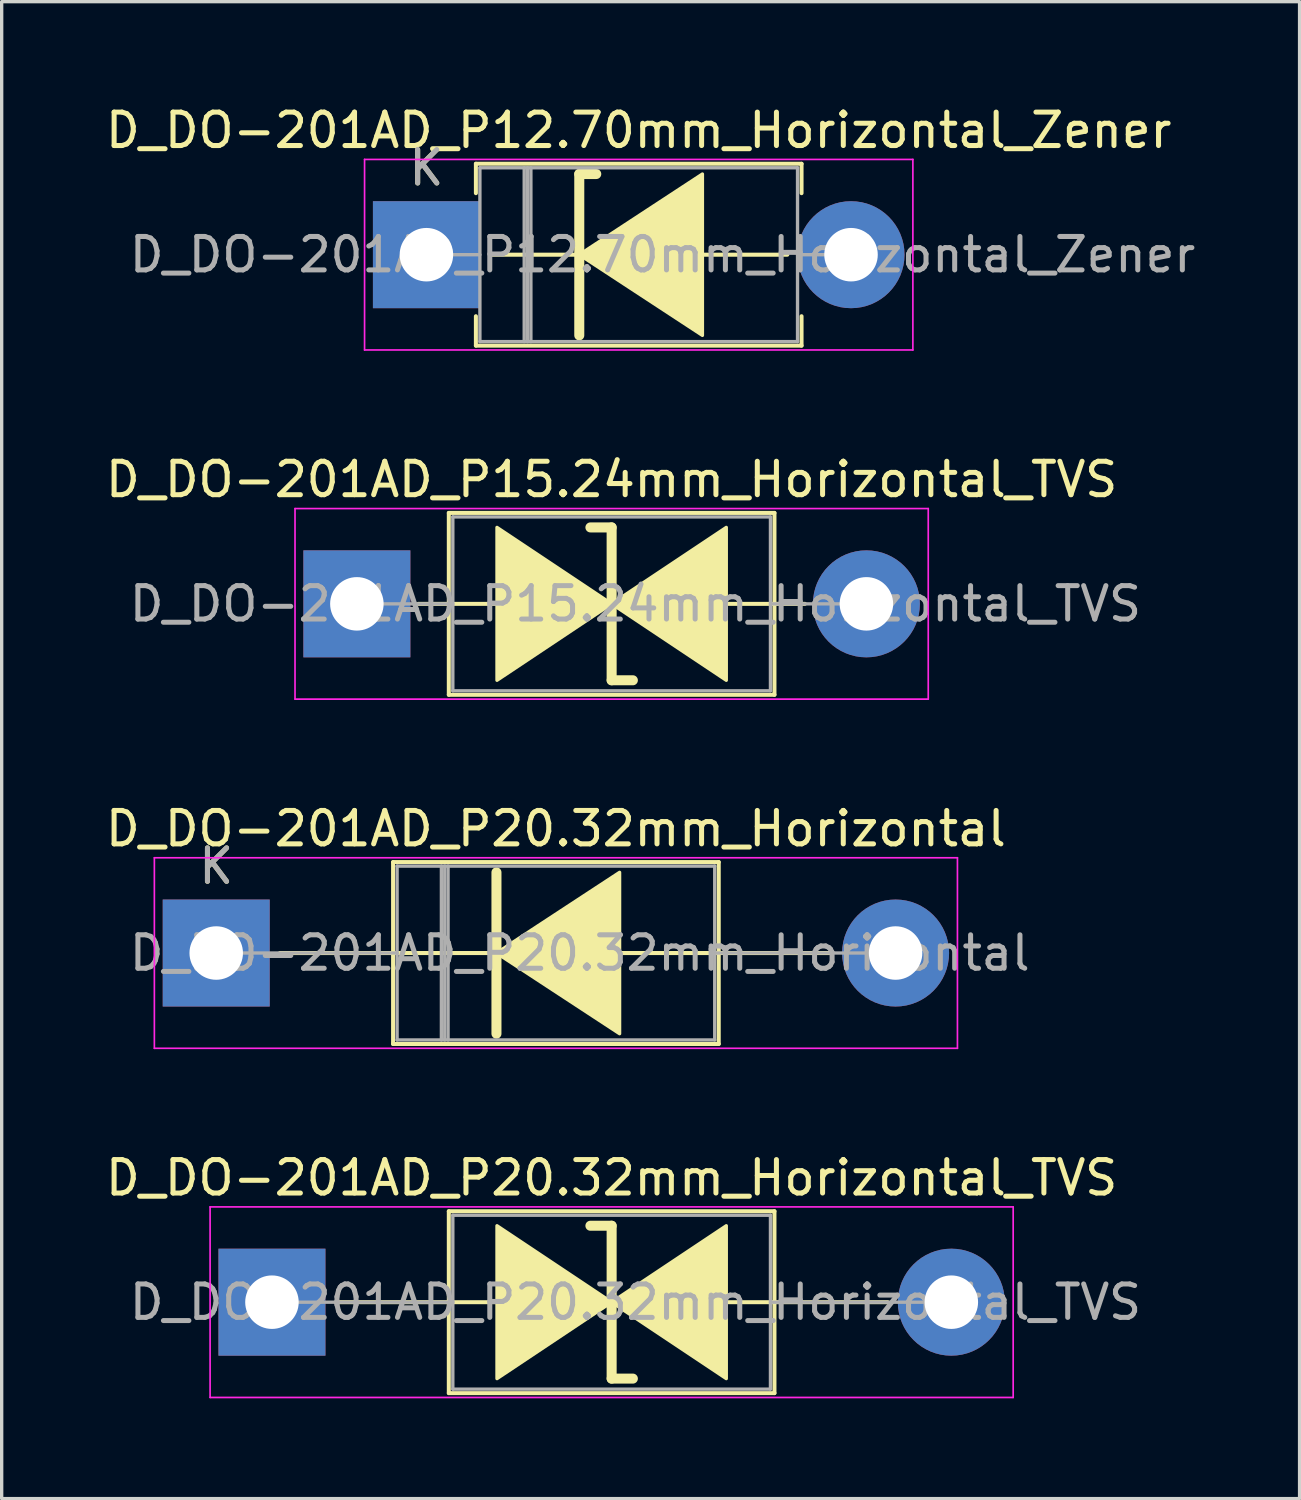
<source format=kicad_pcb>
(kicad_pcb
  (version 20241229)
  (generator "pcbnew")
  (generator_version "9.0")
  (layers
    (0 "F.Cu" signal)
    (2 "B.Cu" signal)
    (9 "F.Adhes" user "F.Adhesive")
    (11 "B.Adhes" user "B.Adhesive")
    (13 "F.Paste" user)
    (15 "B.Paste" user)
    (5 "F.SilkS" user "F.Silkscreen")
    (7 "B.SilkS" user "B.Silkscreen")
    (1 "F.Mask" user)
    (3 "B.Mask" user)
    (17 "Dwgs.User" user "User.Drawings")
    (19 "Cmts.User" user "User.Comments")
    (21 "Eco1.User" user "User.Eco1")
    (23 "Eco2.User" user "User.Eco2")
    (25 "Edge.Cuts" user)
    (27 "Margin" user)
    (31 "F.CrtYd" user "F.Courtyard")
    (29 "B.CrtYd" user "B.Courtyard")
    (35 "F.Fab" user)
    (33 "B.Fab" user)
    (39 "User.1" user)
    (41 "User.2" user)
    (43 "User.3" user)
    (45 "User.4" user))
  (footprint "D_DO-201AD_P15.24mm_Horizontal_TVS"
    (layer "F.Cu")
    (at 7.624 15.011)
    (property "Reference" "D_DO-201AD_P15.24mm_Horizontal_TVS" (at 7.62 -3.72 0) (layer "F.SilkS") (effects (font (size 1 1) (thickness 0.15))))
    (attr through_hole)
    (fp_line (start 1.84 0) (end 2.75 0) (stroke (width 0.12) (type solid)) (layer "F.SilkS"))
    (fp_line (start 2.75 -2.72) (end 2.75 2.72) (stroke (width 0.12) (type solid)) (layer "F.SilkS"))
    (fp_line (start 2.75 0) (end 4.191 0) (stroke (width 0.12) (type solid)) (layer "F.SilkS"))
    (fp_line (start 2.75 2.72) (end 12.49 2.72) (stroke (width 0.12) (type solid)) (layer "F.SilkS"))
    (fp_line (start 7.62 -2.286) (end 6.985 -2.286) (stroke (width 0.3) (type solid)) (layer "F.SilkS"))
    (fp_line (start 7.62 2.286) (end 7.62 -2.286) (stroke (width 0.3) (type solid)) (layer "F.SilkS"))
    (fp_line (start 8.255 2.286) (end 7.62 2.286) (stroke (width 0.3) (type solid)) (layer "F.SilkS"))
    (fp_line (start 11.049 0) (end 12.49 0) (stroke (width 0.12) (type solid)) (layer "F.SilkS"))
    (fp_line (start 12.49 -2.72) (end 2.75 -2.72) (stroke (width 0.12) (type solid)) (layer "F.SilkS"))
    (fp_line (start 12.49 2.72) (end 12.49 -2.72) (stroke (width 0.12) (type solid)) (layer "F.SilkS"))
    (fp_line (start 13.4 0) (end 12.49 0) (stroke (width 0.12) (type solid)) (layer "F.SilkS"))
    (fp_poly (pts (xy 7.62 0) (xy 4.191 2.286) (xy 4.191 -2.286)) (stroke (width 0.1) (type solid)) (fill yes) (layer "F.SilkS"))
    (fp_poly (pts (xy 7.62 0) (xy 11.049 -2.286) (xy 11.049 2.286)) (stroke (width 0.1) (type solid)) (fill yes) (layer "F.SilkS"))
    (fp_line (start -1.85 -2.85) (end -1.85 2.85) (stroke (width 0.05) (type solid)) (layer "F.CrtYd"))
    (fp_line (start -1.85 2.85) (end 17.09 2.85) (stroke (width 0.05) (type solid)) (layer "F.CrtYd"))
    (fp_line (start 17.09 -2.85) (end -1.85 -2.85) (stroke (width 0.05) (type solid)) (layer "F.CrtYd"))
    (fp_line (start 17.09 2.85) (end 17.09 -2.85) (stroke (width 0.05) (type solid)) (layer "F.CrtYd"))
    (fp_line (start 0 0) (end 2.87 0) (stroke (width 0.1) (type solid)) (layer "F.Fab"))
    (fp_line (start 2.87 -2.6) (end 2.87 2.6) (stroke (width 0.1) (type solid)) (layer "F.Fab"))
    (fp_line (start 2.87 2.6) (end 12.37 2.6) (stroke (width 0.1) (type solid)) (layer "F.Fab"))
    (fp_line (start 12.37 -2.6) (end 2.87 -2.6) (stroke (width 0.1) (type solid)) (layer "F.Fab"))
    (fp_line (start 12.37 2.6) (end 12.37 -2.6) (stroke (width 0.1) (type solid)) (layer "F.Fab"))
    (fp_line (start 15.24 0) (end 12.37 0) (stroke (width 0.1) (type solid)) (layer "F.Fab"))
    (fp_text user "${REFERENCE}" (at 8.332 0 0) (layer "F.Fab") (effects (font (size 1 1) (thickness 0.15))))
    (pad "1" thru_hole rect (at 0 0) (size 3.2 3.2) (drill 1.6) (layers "*.Cu" "*.Mask"))
    (pad "2" thru_hole oval (at 15.24 0) (size 3.2 3.2) (drill 1.6) (layers "*.Cu" "*.Mask")))
  (footprint "D_DO-201AD_P12.70mm_Horizontal_Zener"
    (layer "F.Cu")
    (at 9.704 4.568)
    (property "Reference" "D_DO-201AD_P12.70mm_Horizontal_Zener" (at 6.35 -3.72 0) (layer "F.SilkS") (effects (font (size 1 1) (thickness 0.15))))
    (attr through_hole)
    (fp_line (start 1.48 -2.72) (end 11.22 -2.72) (stroke (width 0.12) (type solid)) (layer "F.SilkS"))
    (fp_line (start 1.48 -1.84) (end 1.48 -2.72) (stroke (width 0.12) (type solid)) (layer "F.SilkS"))
    (fp_line (start 1.48 1.84) (end 1.48 2.72) (stroke (width 0.12) (type solid)) (layer "F.SilkS"))
    (fp_line (start 1.48 2.72) (end 11.22 2.72) (stroke (width 0.12) (type solid)) (layer "F.SilkS"))
    (fp_line (start 4.445 0) (end 1.905 0) (stroke (width 0.12) (type solid)) (layer "F.SilkS"))
    (fp_line (start 4.572 -2.413) (end 4.572 2.413) (stroke (width 0.3) (type solid)) (layer "F.SilkS"))
    (fp_line (start 4.572 -2.413) (end 5.08 -2.413) (stroke (width 0.3) (type solid)) (layer "F.SilkS"))
    (fp_line (start 8.255 0) (end 10.795 0) (stroke (width 0.12) (type solid)) (layer "F.SilkS"))
    (fp_line (start 11.22 -2.72) (end 11.22 -1.84) (stroke (width 0.12) (type solid)) (layer "F.SilkS"))
    (fp_line (start 11.22 2.72) (end 11.22 1.84) (stroke (width 0.12) (type solid)) (layer "F.SilkS"))
    (fp_poly (pts (xy 8.255 2.413) (xy 4.572 0) (xy 8.255 -2.413)) (stroke (width 0.1) (type solid)) (fill yes) (layer "F.SilkS"))
    (fp_line (start -1.85 -2.85) (end -1.85 2.85) (stroke (width 0.05) (type solid)) (layer "F.CrtYd"))
    (fp_line (start -1.85 2.85) (end 14.55 2.85) (stroke (width 0.05) (type solid)) (layer "F.CrtYd"))
    (fp_line (start 14.55 -2.85) (end -1.85 -2.85) (stroke (width 0.05) (type solid)) (layer "F.CrtYd"))
    (fp_line (start 14.55 2.85) (end 14.55 -2.85) (stroke (width 0.05) (type solid)) (layer "F.CrtYd"))
    (fp_line (start 0 0) (end 1.6 0) (stroke (width 0.1) (type solid)) (layer "F.Fab"))
    (fp_line (start 1.6 -2.6) (end 1.6 2.6) (stroke (width 0.1) (type solid)) (layer "F.Fab"))
    (fp_line (start 1.6 2.6) (end 11.1 2.6) (stroke (width 0.1) (type solid)) (layer "F.Fab"))
    (fp_line (start 2.925 -2.6) (end 2.925 2.6) (stroke (width 0.1) (type solid)) (layer "F.Fab"))
    (fp_line (start 3.025 -2.6) (end 3.025 2.6) (stroke (width 0.1) (type solid)) (layer "F.Fab"))
    (fp_line (start 3.125 -2.6) (end 3.125 2.6) (stroke (width 0.1) (type solid)) (layer "F.Fab"))
    (fp_line (start 11.1 -2.6) (end 1.6 -2.6) (stroke (width 0.1) (type solid)) (layer "F.Fab"))
    (fp_line (start 11.1 2.6) (end 11.1 -2.6) (stroke (width 0.1) (type solid)) (layer "F.Fab"))
    (fp_line (start 12.7 0) (end 11.1 0) (stroke (width 0.1) (type solid)) (layer "F.Fab"))
    (fp_text user "K" (at 0 -2.6 0) (layer "F.SilkS") (effects (font (size 1 1) (thickness 0.15))))
    (fp_text user "K" (at 0 -2.6 0) (layer "F.Fab") (effects (font (size 1 1) (thickness 0.15))))
    (fp_text user "${REFERENCE}" (at 7.062 0 0) (layer "F.Fab") (effects (font (size 1 1) (thickness 0.15))))
    (pad "1" thru_hole rect (at 0 0) (size 3.2 3.2) (drill 1.6) (layers "*.Cu" "*.Mask"))
    (pad "2" thru_hole oval (at 12.7 0) (size 3.2 3.2) (drill 1.6) (layers "*.Cu" "*.Mask")))
  (footprint "D_DO-201AD_P20.32mm_Horizontal_TVS"
    (layer "F.Cu")
    (at 5.084 35.898)
    (property "Reference" "D_DO-201AD_P20.32mm_Horizontal_TVS" (at 10.16 -3.72 0) (layer "F.SilkS") (effects (font (size 1 1) (thickness 0.15))))
    (attr through_hole)
    (fp_line (start 1.905 0) (end 5.29 0) (stroke (width 0.12) (type solid)) (layer "F.SilkS"))
    (fp_line (start 5.29 -2.72) (end 5.29 2.72) (stroke (width 0.12) (type solid)) (layer "F.SilkS"))
    (fp_line (start 5.29 0) (end 6.731 0) (stroke (width 0.12) (type solid)) (layer "F.SilkS"))
    (fp_line (start 5.29 2.72) (end 15.03 2.72) (stroke (width 0.12) (type solid)) (layer "F.SilkS"))
    (fp_line (start 10.16 -2.286) (end 9.525 -2.286) (stroke (width 0.3) (type solid)) (layer "F.SilkS"))
    (fp_line (start 10.16 2.286) (end 10.16 -2.286) (stroke (width 0.3) (type solid)) (layer "F.SilkS"))
    (fp_line (start 10.795 2.286) (end 10.16 2.286) (stroke (width 0.3) (type solid)) (layer "F.SilkS"))
    (fp_line (start 13.589 0) (end 15.03 0) (stroke (width 0.12) (type solid)) (layer "F.SilkS"))
    (fp_line (start 15.03 -2.72) (end 5.29 -2.72) (stroke (width 0.12) (type solid)) (layer "F.SilkS"))
    (fp_line (start 15.03 2.72) (end 15.03 -2.72) (stroke (width 0.12) (type solid)) (layer "F.SilkS"))
    (fp_line (start 18.415 0) (end 15.03 0) (stroke (width 0.12) (type solid)) (layer "F.SilkS"))
    (fp_poly (pts (xy 10.16 0) (xy 6.731 2.286) (xy 6.731 -2.286)) (stroke (width 0.1) (type solid)) (fill yes) (layer "F.SilkS"))
    (fp_poly (pts (xy 10.16 0) (xy 13.589 -2.286) (xy 13.589 2.286)) (stroke (width 0.1) (type solid)) (fill yes) (layer "F.SilkS"))
    (fp_line (start -1.85 -2.85) (end -1.85 2.85) (stroke (width 0.05) (type solid)) (layer "F.CrtYd"))
    (fp_line (start -1.85 2.85) (end 22.17 2.85) (stroke (width 0.05) (type solid)) (layer "F.CrtYd"))
    (fp_line (start 22.17 -2.85) (end -1.85 -2.85) (stroke (width 0.05) (type solid)) (layer "F.CrtYd"))
    (fp_line (start 22.17 2.85) (end 22.17 -2.85) (stroke (width 0.05) (type solid)) (layer "F.CrtYd"))
    (fp_line (start 0 0) (end 5.41 0) (stroke (width 0.1) (type solid)) (layer "F.Fab"))
    (fp_line (start 5.41 -2.6) (end 5.41 2.6) (stroke (width 0.1) (type solid)) (layer "F.Fab"))
    (fp_line (start 5.41 2.6) (end 14.91 2.6) (stroke (width 0.1) (type solid)) (layer "F.Fab"))
    (fp_line (start 14.91 -2.6) (end 5.41 -2.6) (stroke (width 0.1) (type solid)) (layer "F.Fab"))
    (fp_line (start 14.91 2.6) (end 14.91 -2.6) (stroke (width 0.1) (type solid)) (layer "F.Fab"))
    (fp_line (start 20.32 0) (end 14.91 0) (stroke (width 0.1) (type solid)) (layer "F.Fab"))
    (fp_text user "${REFERENCE}" (at 10.873 0 0) (layer "F.Fab") (effects (font (size 1 1) (thickness 0.15))))
    (pad "1" thru_hole rect (at 0 0) (size 3.2 3.2) (drill 1.6) (layers "*.Cu" "*.Mask"))
    (pad "2" thru_hole oval (at 20.32 0) (size 3.2 3.2) (drill 1.6) (layers "*.Cu" "*.Mask")))
  (footprint "D_DO-201AD_P20.32mm_Horizontal"
    (layer "F.Cu")
    (at 3.417 25.455)
    (property "Reference" "D_DO-201AD_P20.32mm_Horizontal" (at 10.16 -3.72 0) (layer "F.SilkS") (effects (font (size 1 1) (thickness 0.15))))
    (attr through_hole)
    (fp_line (start 1.905 0) (end 5.29 0) (stroke (width 0.12) (type solid)) (layer "F.SilkS"))
    (fp_line (start 5.29 -2.72) (end 5.29 2.72) (stroke (width 0.12) (type solid)) (layer "F.SilkS"))
    (fp_line (start 5.29 2.72) (end 15.03 2.72) (stroke (width 0.12) (type solid)) (layer "F.SilkS"))
    (fp_line (start 8.255 0) (end 5.29 0) (stroke (width 0.12) (type solid)) (layer "F.SilkS"))
    (fp_line (start 8.382 -2.413) (end 8.382 2.413) (stroke (width 0.3) (type solid)) (layer "F.SilkS"))
    (fp_line (start 12.065 0) (end 15.03 0) (stroke (width 0.12) (type solid)) (layer "F.SilkS"))
    (fp_line (start 15.03 -2.72) (end 5.29 -2.72) (stroke (width 0.12) (type solid)) (layer "F.SilkS"))
    (fp_line (start 15.03 2.72) (end 15.03 -2.72) (stroke (width 0.12) (type solid)) (layer "F.SilkS"))
    (fp_line (start 18.415 0) (end 15.03 0) (stroke (width 0.12) (type solid)) (layer "F.SilkS"))
    (fp_poly (pts (xy 12.065 2.413) (xy 8.382 0) (xy 12.065 -2.413)) (stroke (width 0.1) (type solid)) (fill yes) (layer "F.SilkS"))
    (fp_line (start -1.85 -2.85) (end -1.85 2.85) (stroke (width 0.05) (type solid)) (layer "F.CrtYd"))
    (fp_line (start -1.85 2.85) (end 22.17 2.85) (stroke (width 0.05) (type solid)) (layer "F.CrtYd"))
    (fp_line (start 22.17 -2.85) (end -1.85 -2.85) (stroke (width 0.05) (type solid)) (layer "F.CrtYd"))
    (fp_line (start 22.17 2.85) (end 22.17 -2.85) (stroke (width 0.05) (type solid)) (layer "F.CrtYd"))
    (fp_line (start 0 0) (end 5.41 0) (stroke (width 0.1) (type solid)) (layer "F.Fab"))
    (fp_line (start 5.41 -2.6) (end 5.41 2.6) (stroke (width 0.1) (type solid)) (layer "F.Fab"))
    (fp_line (start 5.41 2.6) (end 14.91 2.6) (stroke (width 0.1) (type solid)) (layer "F.Fab"))
    (fp_line (start 6.735 -2.6) (end 6.735 2.6) (stroke (width 0.1) (type solid)) (layer "F.Fab"))
    (fp_line (start 6.835 -2.6) (end 6.835 2.6) (stroke (width 0.1) (type solid)) (layer "F.Fab"))
    (fp_line (start 6.935 -2.6) (end 6.935 2.6) (stroke (width 0.1) (type solid)) (layer "F.Fab"))
    (fp_line (start 14.91 -2.6) (end 5.41 -2.6) (stroke (width 0.1) (type solid)) (layer "F.Fab"))
    (fp_line (start 14.91 2.6) (end 14.91 -2.6) (stroke (width 0.1) (type solid)) (layer "F.Fab"))
    (fp_line (start 20.32 0) (end 14.91 0) (stroke (width 0.1) (type solid)) (layer "F.Fab"))
    (fp_text user "K" (at 0 -2.6 0) (layer "F.SilkS") (effects (font (size 1 1) (thickness 0.15))))
    (fp_text user "K" (at 0 -2.6 0) (layer "F.Fab") (effects (font (size 1 1) (thickness 0.15))))
    (fp_text user "${REFERENCE}" (at 10.873 0 0) (layer "F.Fab") (effects (font (size 1 1) (thickness 0.15))))
    (pad "1" thru_hole rect (at 0 0) (size 3.2 3.2) (drill 1.6) (layers "*.Cu" "*.Mask"))
    (pad "2" thru_hole oval (at 20.32 0) (size 3.2 3.2) (drill 1.6) (layers "*.Cu" "*.Mask")))
  (gr_rect
    (start -3 -3)
    (end 35.82 41.773)
    (stroke (width 0.1) (type default))
    (fill no)
    (layer "Edge.Cuts")))
</source>
